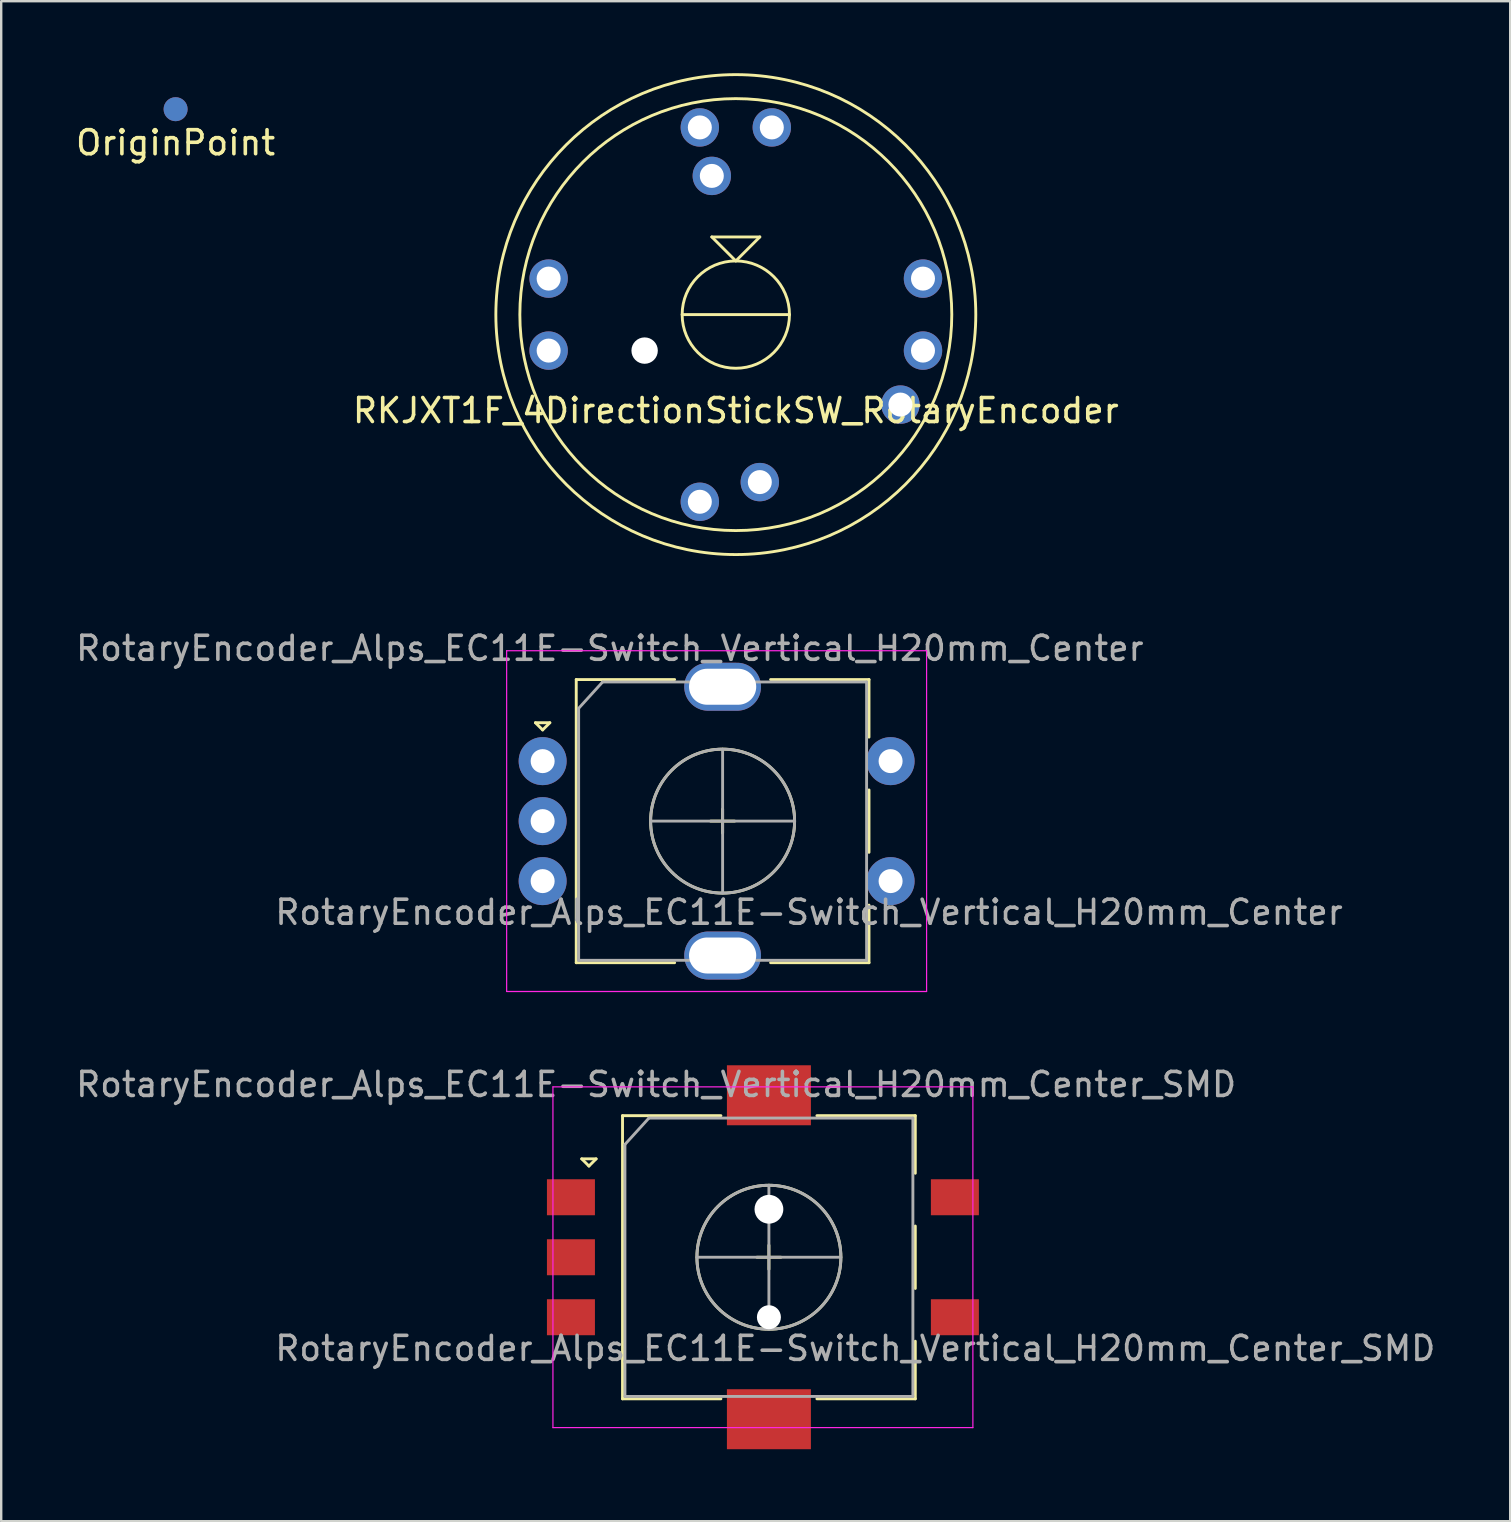
<source format=kicad_pcb>
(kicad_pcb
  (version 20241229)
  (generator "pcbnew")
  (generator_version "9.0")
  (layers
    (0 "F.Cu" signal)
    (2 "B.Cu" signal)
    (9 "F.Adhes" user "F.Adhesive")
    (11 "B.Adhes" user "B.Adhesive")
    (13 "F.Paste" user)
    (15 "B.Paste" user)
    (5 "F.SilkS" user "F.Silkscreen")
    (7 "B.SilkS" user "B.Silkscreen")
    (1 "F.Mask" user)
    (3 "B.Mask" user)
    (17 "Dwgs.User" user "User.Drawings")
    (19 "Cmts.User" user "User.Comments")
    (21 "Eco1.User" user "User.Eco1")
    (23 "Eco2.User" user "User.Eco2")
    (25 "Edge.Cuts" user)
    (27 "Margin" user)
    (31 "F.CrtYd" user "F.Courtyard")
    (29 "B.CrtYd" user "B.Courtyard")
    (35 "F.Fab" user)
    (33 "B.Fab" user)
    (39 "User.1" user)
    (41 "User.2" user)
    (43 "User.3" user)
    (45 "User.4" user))
  (footprint "RKJXT1F_4DirectionStickSW_RotaryEncoder"
    (layer "F.Cu")
    (at 27.613 10.06)
    (property "Reference" "RKJXT1F_4DirectionStickSW_RotaryEncoder" (at 0 4 0) (layer "F.SilkS") (effects (font (size 1 1) (thickness 0.15))))
    (attr through_hole)
    (fp_line (start -2.236 0) (end 2.236 0) (stroke (width 0.12) (type solid)) (layer "F.SilkS"))
    (fp_line (start -1 -3.236) (end 0 -2.236) (stroke (width 0.12) (type solid)) (layer "F.SilkS"))
    (fp_line (start 0 -2.236) (end 1 -3.236) (stroke (width 0.12) (type solid)) (layer "F.SilkS"))
    (fp_line (start 1 -3.236) (end -1 -3.236) (stroke (width 0.12) (type solid)) (layer "F.SilkS"))
    (fp_circle (center 0 0) (end -1 -2) (stroke (width 0.12) (type solid)) (fill no) (layer "F.SilkS"))
    (fp_circle (center 0 0) (end 0 -9) (stroke (width 0.12) (type solid)) (fill no) (layer "F.SilkS"))
    (fp_circle (center 0 0) (end 0 10) (stroke (width 0.12) (type solid)) (fill no) (layer "F.SilkS"))
    (pad "" np_thru_hole circle (at -3.8 1.5 90) (size 1.1 1.1) (drill 1.1) (layers "*.Cu" "*.Mask"))
    (pad "1" thru_hole circle (at -1.5 7.8 90) (size 1.6 1.6) (drill 1) (layers "*.Cu" "*.Mask"))
    (pad "2" thru_hole circle (at 7.8 1.5 180) (size 1.6 1.6) (drill 1) (layers "*.Cu" "*.Mask"))
    (pad "3" thru_hole circle (at 1.5 -7.8 270) (size 1.6 1.6) (drill 1) (layers "*.Cu" "*.Mask"))
    (pad "4" thru_hole circle (at -7.8 -1.5) (size 1.6 1.6) (drill 1) (layers "*.Cu" "*.Mask"))
    (pad "5" thru_hole circle (at 1 6.98 90) (size 1.6 1.6) (drill 1) (layers "*.Cu" "*.Mask"))
    (pad "6" thru_hole circle (at -1 -5.78 90) (size 1.6 1.6) (drill 1) (layers "*.Cu" "*.Mask"))
    (pad "7" thru_hole circle (at 6.86 3.75 90) (size 1.6 1.6) (drill 1) (layers "*.Cu" "*.Mask"))
    (pad "8" thru_hole circle (at -7.8 1.5) (size 1.6 1.6) (drill 1) (layers "*.Cu" "*.Mask"))
    (pad "9" thru_hole circle (at 7.8 -1.5 180) (size 1.6 1.6) (drill 1) (layers "*.Cu" "*.Mask"))
    (pad "10" thru_hole circle (at -1.5 -7.8 270) (size 1.6 1.6) (drill 1) (layers "*.Cu" "*.Mask")))
  (footprint "RotaryEncoder_Alps_EC11E-Switch_Vertical_H20mm_Center"
    (layer "F.Cu")
    (at 27.063 31.168)
    (property "Reference" "RotaryEncoder_Alps_EC11E-Switch_Vertical_H20mm_Center" (at -4.7 -7.2 180) (layer "F.Fab") (effects (font (size 1 1) (thickness 0.15))))
    (attr through_hole)
    (fp_line (start -7.8 -4.1) (end -7.2 -4.1) (stroke (width 0.12) (type solid)) (layer "F.SilkS"))
    (fp_line (start -7.5 -3.8) (end -7.8 -4.1) (stroke (width 0.12) (type solid)) (layer "F.SilkS"))
    (fp_line (start -7.2 -4.1) (end -7.5 -3.8) (stroke (width 0.12) (type solid)) (layer "F.SilkS"))
    (fp_line (start -6.1 -5.9) (end -6.1 5.9) (stroke (width 0.12) (type solid)) (layer "F.SilkS"))
    (fp_line (start -2 -5.9) (end -6.1 -5.9) (stroke (width 0.12) (type solid)) (layer "F.SilkS"))
    (fp_line (start -2 5.9) (end -6.1 5.9) (stroke (width 0.12) (type solid)) (layer "F.SilkS"))
    (fp_line (start -0.5 0) (end 0.5 0) (stroke (width 0.12) (type solid)) (layer "F.SilkS"))
    (fp_line (start 0 -0.5) (end 0 0.5) (stroke (width 0.12) (type solid)) (layer "F.SilkS"))
    (fp_line (start 2 -5.9) (end 6.1 -5.9) (stroke (width 0.12) (type solid)) (layer "F.SilkS"))
    (fp_line (start 6.1 -5.9) (end 6.1 -3.5) (stroke (width 0.12) (type solid)) (layer "F.SilkS"))
    (fp_line (start 6.1 -1.3) (end 6.1 1.3) (stroke (width 0.12) (type solid)) (layer "F.SilkS"))
    (fp_line (start 6.1 3.5) (end 6.1 5.9) (stroke (width 0.12) (type solid)) (layer "F.SilkS"))
    (fp_line (start 6.1 5.9) (end 2 5.9) (stroke (width 0.12) (type solid)) (layer "F.SilkS"))
    (fp_circle (center 0 0) (end 3 0) (stroke (width 0.12) (type solid)) (fill no) (layer "F.SilkS"))
    (fp_line (start -9 -7.1) (end -9 7.1) (stroke (width 0.05) (type solid)) (layer "F.CrtYd"))
    (fp_line (start -9 -7.1) (end 8.5 -7.1) (stroke (width 0.05) (type solid)) (layer "F.CrtYd"))
    (fp_line (start 8.5 7.1) (end -9 7.1) (stroke (width 0.05) (type solid)) (layer "F.CrtYd"))
    (fp_line (start 8.5 7.1) (end 8.5 -7.1) (stroke (width 0.05) (type solid)) (layer "F.CrtYd"))
    (fp_line (start -6 -4.7) (end -5 -5.8) (stroke (width 0.12) (type solid)) (layer "F.Fab"))
    (fp_line (start -6 5.8) (end -6 -4.7) (stroke (width 0.12) (type solid)) (layer "F.Fab"))
    (fp_line (start -5 -5.8) (end 6 -5.8) (stroke (width 0.12) (type solid)) (layer "F.Fab"))
    (fp_line (start -3 0) (end 3 0) (stroke (width 0.12) (type solid)) (layer "F.Fab"))
    (fp_line (start 0 -3) (end 0 3) (stroke (width 0.12) (type solid)) (layer "F.Fab"))
    (fp_line (start 6 -5.8) (end 6 5.8) (stroke (width 0.12) (type solid)) (layer "F.Fab"))
    (fp_line (start 6 5.8) (end -6 5.8) (stroke (width 0.12) (type solid)) (layer "F.Fab"))
    (fp_circle (center 0 0) (end 3 0) (stroke (width 0.12) (type solid)) (fill no) (layer "F.Fab"))
    (fp_text user "${REFERENCE}" (at 3.6 3.8 180) (layer "F.Fab") (effects (font (size 1 1) (thickness 0.15))))
    (pad "A" thru_hole circle (at -7.5 -2.5) (size 2 2) (drill 1) (layers "*.Cu" "*.Mask"))
    (pad "B" thru_hole circle (at -7.5 2.5) (size 2 2) (drill 1) (layers "*.Cu" "*.Mask"))
    (pad "C" thru_hole circle (at -7.5 0) (size 2 2) (drill 1) (layers "*.Cu" "*.Mask"))
    (pad "MP" thru_hole oval (at 0 -5.6) (size 3.2 2) (drill oval 2.8 1.5) (layers "*.Cu" "*.Mask"))
    (pad "MP" thru_hole oval (at 0 5.6) (size 3.2 2) (drill oval 2.8 1.5) (layers "*.Cu" "*.Mask"))
    (pad "S1" thru_hole circle (at 7 2.5) (size 2 2) (drill 1) (layers "*.Cu" "*.Mask"))
    (pad "S2" thru_hole circle (at 7 -2.5) (size 2 2) (drill 1) (layers "*.Cu" "*.Mask")))
  (footprint "OriginPoint"
    (layer "F.Cu")
    (at 4.268 1.5)
    (property "Reference" "OriginPoint" (at 0 1.4 0) (layer "F.SilkS") (effects (font (size 1 1) (thickness 0.15))))
    (attr through_hole)
    (pad "" smd circle (at 0 0) (size 1 1) (layers "F.Cu"))
    (pad "" smd circle (at 0 0) (size 1 1) (layers "B.Cu"))
    (pad "" smd circle (at 0 0) (size 3 3) (layers "F.Mask"))
    (pad "" smd circle (at 0 0) (size 3 3) (layers "B.Mask")))
  (footprint "RotaryEncoder_Alps_EC11E-Switch_Vertical_H20mm_Center_SMD"
    (layer "F.Cu")
    (at 28.992 49.342)
    (property "Reference" "RotaryEncoder_Alps_EC11E-Switch_Vertical_H20mm_Center_SMD" (at -4.7 -7.2 0) (layer "F.Fab") (effects (font (size 1 1) (thickness 0.15))))
    (attr through_hole)
    (fp_line (start -7.8 -4.1) (end -7.2 -4.1) (stroke (width 0.12) (type solid)) (layer "F.SilkS"))
    (fp_line (start -7.5 -3.8) (end -7.8 -4.1) (stroke (width 0.12) (type solid)) (layer "F.SilkS"))
    (fp_line (start -7.2 -4.1) (end -7.5 -3.8) (stroke (width 0.12) (type solid)) (layer "F.SilkS"))
    (fp_line (start -6.1 -5.9) (end -6.1 5.9) (stroke (width 0.12) (type solid)) (layer "F.SilkS"))
    (fp_line (start -2 -5.9) (end -6.1 -5.9) (stroke (width 0.12) (type solid)) (layer "F.SilkS"))
    (fp_line (start -2 5.9) (end -6.1 5.9) (stroke (width 0.12) (type solid)) (layer "F.SilkS"))
    (fp_line (start -0.5 0) (end 0.5 0) (stroke (width 0.12) (type solid)) (layer "F.SilkS"))
    (fp_line (start 0 -0.5) (end 0 0.5) (stroke (width 0.12) (type solid)) (layer "F.SilkS"))
    (fp_line (start 2 -5.9) (end 6.1 -5.9) (stroke (width 0.12) (type solid)) (layer "F.SilkS"))
    (fp_line (start 6.1 -5.9) (end 6.1 -3.5) (stroke (width 0.12) (type solid)) (layer "F.SilkS"))
    (fp_line (start 6.1 -1.3) (end 6.1 1.3) (stroke (width 0.12) (type solid)) (layer "F.SilkS"))
    (fp_line (start 6.1 3.5) (end 6.1 5.9) (stroke (width 0.12) (type solid)) (layer "F.SilkS"))
    (fp_line (start 6.1 5.9) (end 2 5.9) (stroke (width 0.12) (type solid)) (layer "F.SilkS"))
    (fp_circle (center 0 0) (end 3 0) (stroke (width 0.12) (type solid)) (fill no) (layer "F.SilkS"))
    (fp_line (start -9 -7.1) (end -9 7.1) (stroke (width 0.05) (type solid)) (layer "F.CrtYd"))
    (fp_line (start -9 -7.1) (end 8.5 -7.1) (stroke (width 0.05) (type solid)) (layer "F.CrtYd"))
    (fp_line (start 8.5 7.1) (end -9 7.1) (stroke (width 0.05) (type solid)) (layer "F.CrtYd"))
    (fp_line (start 8.5 7.1) (end 8.5 -7.1) (stroke (width 0.05) (type solid)) (layer "F.CrtYd"))
    (fp_line (start -6 -4.7) (end -5 -5.8) (stroke (width 0.12) (type solid)) (layer "F.Fab"))
    (fp_line (start -6 5.8) (end -6 -4.7) (stroke (width 0.12) (type solid)) (layer "F.Fab"))
    (fp_line (start -5 -5.8) (end 6 -5.8) (stroke (width 0.12) (type solid)) (layer "F.Fab"))
    (fp_line (start -3 0) (end 3 0) (stroke (width 0.12) (type solid)) (layer "F.Fab"))
    (fp_line (start 0 -3) (end 0 3) (stroke (width 0.12) (type solid)) (layer "F.Fab"))
    (fp_line (start 6 -5.8) (end 6 5.8) (stroke (width 0.12) (type solid)) (layer "F.Fab"))
    (fp_line (start 6 5.8) (end -6 5.8) (stroke (width 0.12) (type solid)) (layer "F.Fab"))
    (fp_circle (center 0 0) (end 3 0) (stroke (width 0.12) (type solid)) (fill no) (layer "F.Fab"))
    (fp_text user "${REFERENCE}" (at 3.6 3.8 0) (layer "F.Fab") (effects (font (size 1 1) (thickness 0.15))))
    (pad "" np_thru_hole circle (at 0 -2) (size 1.2 1.2) (drill 1.2) (layers "*.Cu" "*.Mask"))
    (pad "" np_thru_hole circle (at 0 2.5) (size 1 1) (drill 1) (layers "*.Cu" "*.Mask"))
    (pad "A" smd rect (at -8.25 -2.5 90) (size 1.5 2) (layers "F.Cu" "F.Mask" "F.Paste"))
    (pad "B" smd rect (at -8.25 2.5 90) (size 1.5 2) (layers "F.Cu" "F.Mask" "F.Paste"))
    (pad "C" smd rect (at -8.25 0 90) (size 1.5 2) (layers "F.Cu" "F.Mask" "F.Paste"))
    (pad "MP" smd rect (at 0 -6.75) (size 3.5 2.5) (layers "F.Cu" "F.Mask" "F.Paste"))
    (pad "MP" smd rect (at 0 6.75) (size 3.5 2.5) (layers "F.Cu" "F.Mask" "F.Paste"))
    (pad "S1" smd rect (at 7.75 2.5 90) (size 1.5 2) (layers "F.Cu" "F.Mask" "F.Paste"))
    (pad "S2" smd rect (at 7.75 -2.5 90) (size 1.5 2) (layers "F.Cu" "F.Mask" "F.Paste")))
  (gr_rect
    (start -3 -3)
    (end 59.883 60.342)
    (stroke (width 0.1) (type default))
    (fill no)
    (layer "Edge.Cuts")))
</source>
